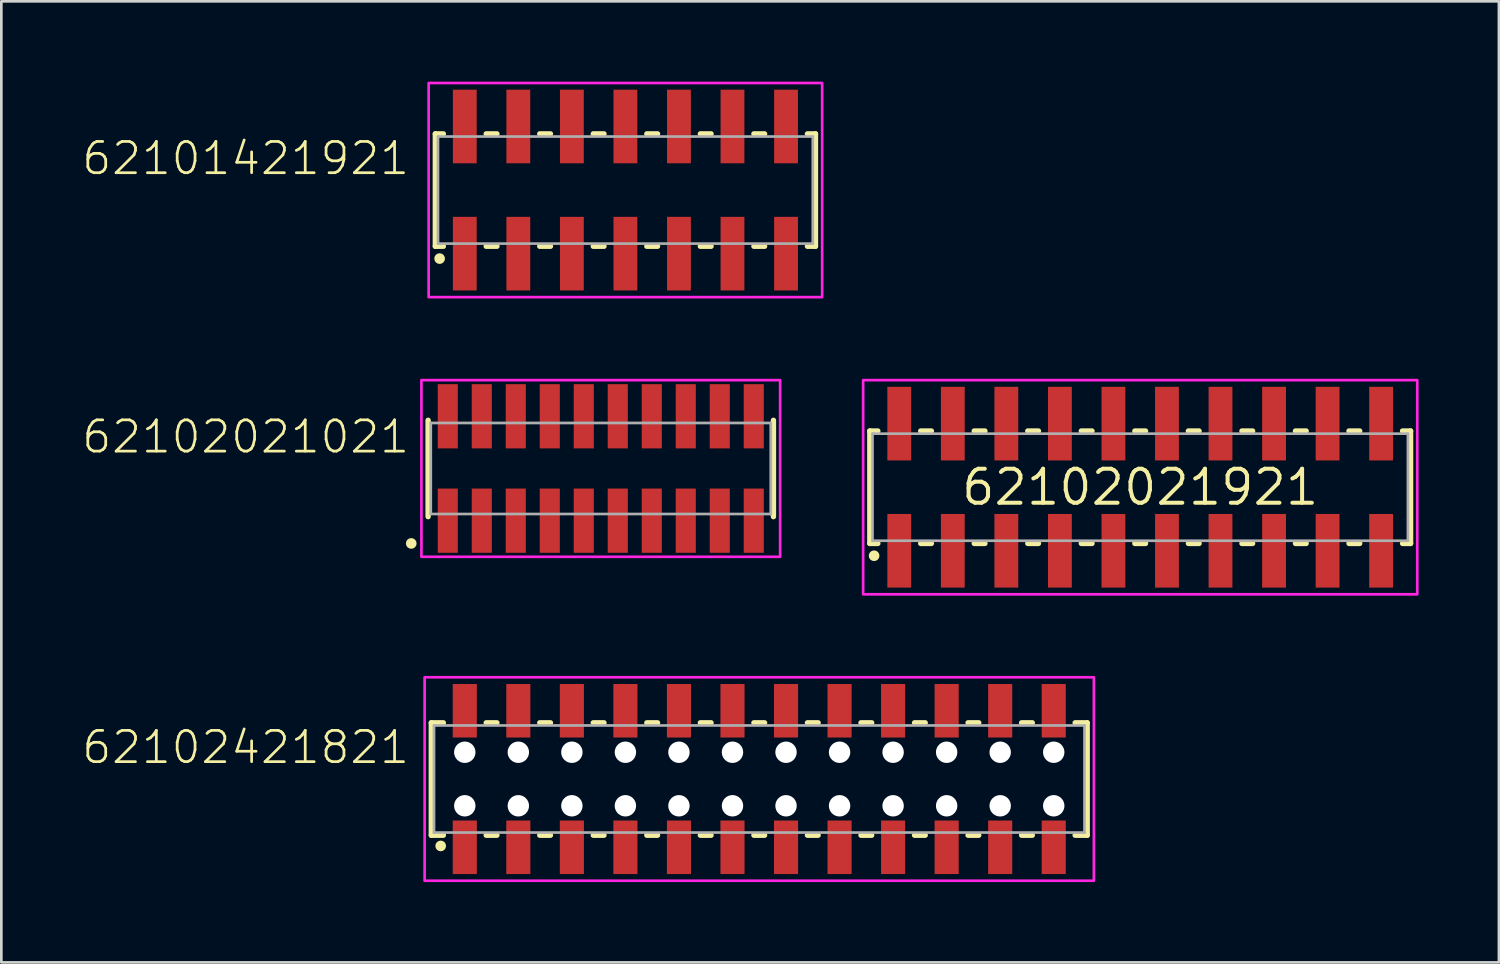
<source format=kicad_pcb>
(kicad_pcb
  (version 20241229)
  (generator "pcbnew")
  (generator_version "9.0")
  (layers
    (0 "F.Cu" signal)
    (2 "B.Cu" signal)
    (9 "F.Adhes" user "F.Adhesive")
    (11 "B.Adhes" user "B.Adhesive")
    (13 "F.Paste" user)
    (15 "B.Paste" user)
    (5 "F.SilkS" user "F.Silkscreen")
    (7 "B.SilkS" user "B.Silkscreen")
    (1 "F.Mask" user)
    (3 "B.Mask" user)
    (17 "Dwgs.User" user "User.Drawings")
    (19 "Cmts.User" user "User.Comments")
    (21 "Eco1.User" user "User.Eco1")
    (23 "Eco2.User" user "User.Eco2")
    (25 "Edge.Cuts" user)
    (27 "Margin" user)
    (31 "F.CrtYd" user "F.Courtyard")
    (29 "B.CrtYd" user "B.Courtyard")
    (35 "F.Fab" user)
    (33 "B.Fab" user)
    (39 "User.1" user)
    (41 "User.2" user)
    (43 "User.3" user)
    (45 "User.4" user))
  (footprint "62102021021"
    (layer "F.Cu")
    (at 19.392 14.45)
    (property "Reference" "62102021021" (at -7.08 -0.5 0) (unlocked yes) (layer "F.SilkS") (effects (font (size 1.168 1.168) (thickness 0.102)) (justify right bottom)))
    (fp_line (start -6.45 -1.8) (end -6.45 1.8) (stroke (width 0.2) (type solid)) (layer "F.SilkS"))
    (fp_line (start 6.45 1.8) (end 6.45 -1.8) (stroke (width 0.2) (type solid)) (layer "F.SilkS"))
    (fp_circle (center -7.08 2.8) (end -6.98 2.8) (stroke (width 0.2) (type solid)) (fill no) (layer "F.SilkS"))
    (fp_poly (pts (xy 6.7 3.3) (xy -6.7 3.3) (xy -6.7 -3.3) (xy 6.7 -3.3)) (stroke (width 0.1) (type default)) (fill no) (layer "F.CrtYd"))
    (fp_line (start -6.35 -1.7) (end -6.35 1.7) (stroke (width 0.1) (type solid)) (layer "F.Fab"))
    (fp_line (start -6.35 1.7) (end 6.35 1.7) (stroke (width 0.1) (type solid)) (layer "F.Fab"))
    (fp_line (start 6.35 -1.7) (end -6.35 -1.7) (stroke (width 0.1) (type solid)) (layer "F.Fab"))
    (fp_line (start 6.35 1.7) (end 6.35 -1.7) (stroke (width 0.1) (type solid)) (layer "F.Fab"))
    (pad "1" smd rect (at -5.715 1.95) (size 0.75 2.4) (layers "F.Cu" "F.Mask" "F.Paste"))
    (pad "2" smd rect (at -5.715 -1.95) (size 0.75 2.4) (layers "F.Cu" "F.Mask" "F.Paste"))
    (pad "3" smd rect (at -4.445 1.95) (size 0.75 2.4) (layers "F.Cu" "F.Mask" "F.Paste"))
    (pad "4" smd rect (at -4.445 -1.95) (size 0.75 2.4) (layers "F.Cu" "F.Mask" "F.Paste"))
    (pad "5" smd rect (at -3.175 1.95) (size 0.75 2.4) (layers "F.Cu" "F.Mask" "F.Paste"))
    (pad "6" smd rect (at -3.175 -1.95) (size 0.75 2.4) (layers "F.Cu" "F.Mask" "F.Paste"))
    (pad "7" smd rect (at -1.905 1.95) (size 0.75 2.4) (layers "F.Cu" "F.Mask" "F.Paste"))
    (pad "8" smd rect (at -1.905 -1.95) (size 0.75 2.4) (layers "F.Cu" "F.Mask" "F.Paste"))
    (pad "9" smd rect (at -0.635 1.95) (size 0.75 2.4) (layers "F.Cu" "F.Mask" "F.Paste"))
    (pad "10" smd rect (at -0.635 -1.95) (size 0.75 2.4) (layers "F.Cu" "F.Mask" "F.Paste"))
    (pad "11" smd rect (at 0.635 1.95) (size 0.75 2.4) (layers "F.Cu" "F.Mask" "F.Paste"))
    (pad "12" smd rect (at 0.635 -1.95) (size 0.75 2.4) (layers "F.Cu" "F.Mask" "F.Paste"))
    (pad "13" smd rect (at 1.905 1.95) (size 0.75 2.4) (layers "F.Cu" "F.Mask" "F.Paste"))
    (pad "14" smd rect (at 1.905 -1.95) (size 0.75 2.4) (layers "F.Cu" "F.Mask" "F.Paste"))
    (pad "15" smd rect (at 3.175 1.95) (size 0.75 2.4) (layers "F.Cu" "F.Mask" "F.Paste"))
    (pad "16" smd rect (at 3.175 -1.95) (size 0.75 2.4) (layers "F.Cu" "F.Mask" "F.Paste"))
    (pad "17" smd rect (at 4.445 1.95) (size 0.75 2.4) (layers "F.Cu" "F.Mask" "F.Paste"))
    (pad "18" smd rect (at 4.445 -1.95) (size 0.75 2.4) (layers "F.Cu" "F.Mask" "F.Paste"))
    (pad "19" smd rect (at 5.715 1.95) (size 0.75 2.4) (layers "F.Cu" "F.Mask" "F.Paste"))
    (pad "20" smd rect (at 5.715 -1.95) (size 0.75 2.4) (layers "F.Cu" "F.Mask" "F.Paste")))
  (footprint "62102421821"
    (layer "F.Cu")
    (at 25.312 26.05)
    (property "Reference" "62102421821" (at -13 -0.5 0) (unlocked yes) (layer "F.SilkS") (effects (font (size 1.168 1.168) (thickness 0.102)) (justify right bottom)))
    (fp_line (start -12.25 -2.1) (end -12.25 2.1) (stroke (width 0.2) (type solid)) (layer "F.SilkS"))
    (fp_line (start -12.25 2.1) (end -11.8 2.1) (stroke (width 0.2) (type solid)) (layer "F.SilkS"))
    (fp_line (start -11.8 -2.1) (end -12.25 -2.1) (stroke (width 0.2) (type solid)) (layer "F.SilkS"))
    (fp_line (start -10.2 -2.1) (end -9.8 -2.1) (stroke (width 0.2) (type solid)) (layer "F.SilkS"))
    (fp_line (start -10.2 2.1) (end -9.8 2.1) (stroke (width 0.2) (type solid)) (layer "F.SilkS"))
    (fp_line (start -8.2 -2.1) (end -7.8 -2.1) (stroke (width 0.2) (type solid)) (layer "F.SilkS"))
    (fp_line (start -8.2 2.1) (end -7.8 2.1) (stroke (width 0.2) (type solid)) (layer "F.SilkS"))
    (fp_line (start -6.2 -2.1) (end -5.8 -2.1) (stroke (width 0.2) (type solid)) (layer "F.SilkS"))
    (fp_line (start -6.2 2.1) (end -5.8 2.1) (stroke (width 0.2) (type solid)) (layer "F.SilkS"))
    (fp_line (start -4.2 -2.1) (end -3.8 -2.1) (stroke (width 0.2) (type solid)) (layer "F.SilkS"))
    (fp_line (start -4.2 2.1) (end -3.8 2.1) (stroke (width 0.2) (type solid)) (layer "F.SilkS"))
    (fp_line (start -2.2 -2.1) (end -1.8 -2.1) (stroke (width 0.2) (type solid)) (layer "F.SilkS"))
    (fp_line (start -2.2 2.1) (end -1.8 2.1) (stroke (width 0.2) (type solid)) (layer "F.SilkS"))
    (fp_line (start -0.2 -2.1) (end 0.2 -2.1) (stroke (width 0.2) (type solid)) (layer "F.SilkS"))
    (fp_line (start -0.2 2.1) (end 0.2 2.1) (stroke (width 0.2) (type solid)) (layer "F.SilkS"))
    (fp_line (start 1.8 -2.1) (end 2.2 -2.1) (stroke (width 0.2) (type solid)) (layer "F.SilkS"))
    (fp_line (start 1.8 2.1) (end 2.2 2.1) (stroke (width 0.2) (type solid)) (layer "F.SilkS"))
    (fp_line (start 3.8 -2.1) (end 4.2 -2.1) (stroke (width 0.2) (type solid)) (layer "F.SilkS"))
    (fp_line (start 3.8 2.1) (end 4.2 2.1) (stroke (width 0.2) (type solid)) (layer "F.SilkS"))
    (fp_line (start 5.8 -2.1) (end 6.2 -2.1) (stroke (width 0.2) (type solid)) (layer "F.SilkS"))
    (fp_line (start 5.8 2.1) (end 6.2 2.1) (stroke (width 0.2) (type solid)) (layer "F.SilkS"))
    (fp_line (start 7.8 -2.1) (end 8.2 -2.1) (stroke (width 0.2) (type solid)) (layer "F.SilkS"))
    (fp_line (start 7.8 2.1) (end 8.2 2.1) (stroke (width 0.2) (type solid)) (layer "F.SilkS"))
    (fp_line (start 9.8 -2.1) (end 10.2 -2.1) (stroke (width 0.2) (type solid)) (layer "F.SilkS"))
    (fp_line (start 9.8 2.1) (end 10.2 2.1) (stroke (width 0.2) (type solid)) (layer "F.SilkS"))
    (fp_line (start 11.8 -2.1) (end 12.25 -2.1) (stroke (width 0.2) (type solid)) (layer "F.SilkS"))
    (fp_line (start 11.8 2.1) (end 12.25 2.1) (stroke (width 0.2) (type solid)) (layer "F.SilkS"))
    (fp_line (start 12.25 -2.1) (end 12.25 2.1) (stroke (width 0.2) (type solid)) (layer "F.SilkS"))
    (fp_circle (center -11.9 2.5) (end -11.8 2.5) (stroke (width 0.2) (type solid)) (fill no) (layer "F.SilkS"))
    (fp_poly (pts (xy 12.5 3.8) (xy -12.5 3.8) (xy -12.5 -3.8) (xy 12.5 -3.8)) (stroke (width 0.1) (type default)) (fill no) (layer "F.CrtYd"))
    (fp_line (start -12.15 -2) (end 12.15 -2) (stroke (width 0.1) (type solid)) (layer "F.Fab"))
    (fp_line (start -12.15 2) (end -12.15 -2) (stroke (width 0.1) (type solid)) (layer "F.Fab"))
    (fp_line (start 12.15 -2) (end 12.15 2) (stroke (width 0.1) (type solid)) (layer "F.Fab"))
    (fp_line (start 12.15 2) (end -12.15 2) (stroke (width 0.1) (type solid)) (layer "F.Fab"))
    (pad "" np_thru_hole circle (at -11 -1) (size 0.8 0.8) (drill 0.8) (layers "*.Cu" "*.Mask"))
    (pad "" np_thru_hole circle (at -11 1) (size 0.8 0.8) (drill 0.8) (layers "*.Cu" "*.Mask"))
    (pad "" np_thru_hole circle (at -9 -1) (size 0.8 0.8) (drill 0.8) (layers "*.Cu" "*.Mask"))
    (pad "" np_thru_hole circle (at -9 1) (size 0.8 0.8) (drill 0.8) (layers "*.Cu" "*.Mask"))
    (pad "" np_thru_hole circle (at -7 -1) (size 0.8 0.8) (drill 0.8) (layers "*.Cu" "*.Mask"))
    (pad "" np_thru_hole circle (at -7 1) (size 0.8 0.8) (drill 0.8) (layers "*.Cu" "*.Mask"))
    (pad "" np_thru_hole circle (at -5 -1) (size 0.8 0.8) (drill 0.8) (layers "*.Cu" "*.Mask"))
    (pad "" np_thru_hole circle (at -5 1) (size 0.8 0.8) (drill 0.8) (layers "*.Cu" "*.Mask"))
    (pad "" np_thru_hole circle (at -3 -1) (size 0.8 0.8) (drill 0.8) (layers "*.Cu" "*.Mask"))
    (pad "" np_thru_hole circle (at -3 1) (size 0.8 0.8) (drill 0.8) (layers "*.Cu" "*.Mask"))
    (pad "" np_thru_hole circle (at -1 -1) (size 0.8 0.8) (drill 0.8) (layers "*.Cu" "*.Mask"))
    (pad "" np_thru_hole circle (at -1 1) (size 0.8 0.8) (drill 0.8) (layers "*.Cu" "*.Mask"))
    (pad "" np_thru_hole circle (at 1 -1) (size 0.8 0.8) (drill 0.8) (layers "*.Cu" "*.Mask"))
    (pad "" np_thru_hole circle (at 1 1) (size 0.8 0.8) (drill 0.8) (layers "*.Cu" "*.Mask"))
    (pad "" np_thru_hole circle (at 3 -1) (size 0.8 0.8) (drill 0.8) (layers "*.Cu" "*.Mask"))
    (pad "" np_thru_hole circle (at 3 1) (size 0.8 0.8) (drill 0.8) (layers "*.Cu" "*.Mask"))
    (pad "" np_thru_hole circle (at 5 -1) (size 0.8 0.8) (drill 0.8) (layers "*.Cu" "*.Mask"))
    (pad "" np_thru_hole circle (at 5 1) (size 0.8 0.8) (drill 0.8) (layers "*.Cu" "*.Mask"))
    (pad "" np_thru_hole circle (at 7 -1) (size 0.8 0.8) (drill 0.8) (layers "*.Cu" "*.Mask"))
    (pad "" np_thru_hole circle (at 7 1) (size 0.8 0.8) (drill 0.8) (layers "*.Cu" "*.Mask"))
    (pad "" np_thru_hole circle (at 9 -1) (size 0.8 0.8) (drill 0.8) (layers "*.Cu" "*.Mask"))
    (pad "" np_thru_hole circle (at 9 1) (size 0.8 0.8) (drill 0.8) (layers "*.Cu" "*.Mask"))
    (pad "" np_thru_hole circle (at 11 -1) (size 0.8 0.8) (drill 0.8) (layers "*.Cu" "*.Mask"))
    (pad "" np_thru_hole circle (at 11 1) (size 0.8 0.8) (drill 0.8) (layers "*.Cu" "*.Mask"))
    (pad "1" smd rect (at -11 2.55) (size 0.9 2) (layers "F.Cu" "F.Mask" "F.Paste"))
    (pad "2" smd rect (at -11 -2.55) (size 0.9 2) (layers "F.Cu" "F.Mask" "F.Paste"))
    (pad "3" smd rect (at -9 2.55) (size 0.9 2) (layers "F.Cu" "F.Mask" "F.Paste"))
    (pad "4" smd rect (at -9 -2.55) (size 0.9 2) (layers "F.Cu" "F.Mask" "F.Paste"))
    (pad "5" smd rect (at -7 2.55) (size 0.9 2) (layers "F.Cu" "F.Mask" "F.Paste"))
    (pad "6" smd rect (at -7 -2.55) (size 0.9 2) (layers "F.Cu" "F.Mask" "F.Paste"))
    (pad "7" smd rect (at -5 2.55) (size 0.9 2) (layers "F.Cu" "F.Mask" "F.Paste"))
    (pad "8" smd rect (at -5 -2.55) (size 0.9 2) (layers "F.Cu" "F.Mask" "F.Paste"))
    (pad "9" smd rect (at -3 2.55) (size 0.9 2) (layers "F.Cu" "F.Mask" "F.Paste"))
    (pad "10" smd rect (at -3 -2.55) (size 0.9 2) (layers "F.Cu" "F.Mask" "F.Paste"))
    (pad "11" smd rect (at -1 2.55) (size 0.9 2) (layers "F.Cu" "F.Mask" "F.Paste"))
    (pad "12" smd rect (at -1 -2.55) (size 0.9 2) (layers "F.Cu" "F.Mask" "F.Paste"))
    (pad "13" smd rect (at 1 2.55) (size 0.9 2) (layers "F.Cu" "F.Mask" "F.Paste"))
    (pad "14" smd rect (at 1 -2.55) (size 0.9 2) (layers "F.Cu" "F.Mask" "F.Paste"))
    (pad "15" smd rect (at 3 2.55) (size 0.9 2) (layers "F.Cu" "F.Mask" "F.Paste"))
    (pad "16" smd rect (at 3 -2.55) (size 0.9 2) (layers "F.Cu" "F.Mask" "F.Paste"))
    (pad "17" smd rect (at 5 2.55) (size 0.9 2) (layers "F.Cu" "F.Mask" "F.Paste"))
    (pad "18" smd rect (at 5 -2.55) (size 0.9 2) (layers "F.Cu" "F.Mask" "F.Paste"))
    (pad "19" smd rect (at 7 2.55) (size 0.9 2) (layers "F.Cu" "F.Mask" "F.Paste"))
    (pad "20" smd rect (at 7 -2.55) (size 0.9 2) (layers "F.Cu" "F.Mask" "F.Paste"))
    (pad "21" smd rect (at 9 2.55) (size 0.9 2) (layers "F.Cu" "F.Mask" "F.Paste"))
    (pad "22" smd rect (at 9 -2.55) (size 0.9 2) (layers "F.Cu" "F.Mask" "F.Paste"))
    (pad "23" smd rect (at 11 2.55) (size 0.9 2) (layers "F.Cu" "F.Mask" "F.Paste"))
    (pad "24" smd rect (at 11 -2.55) (size 0.9 2) (layers "F.Cu" "F.Mask" "F.Paste")))
  (footprint "62102021921"
    (layer "F.Cu")
    (at 39.542 15.15)
    (property "Reference" "62102021921" (at 0 0 0) (layer "F.SilkS") (effects (font (size 1.27 1.27) (thickness 0.15))))
    (fp_line (start -10.1 -2.1) (end -10.1 2.1) (stroke (width 0.2) (type solid)) (layer "F.SilkS"))
    (fp_line (start -10.1 2.1) (end -9.8 2.1) (stroke (width 0.2) (type solid)) (layer "F.SilkS"))
    (fp_line (start -9.8 -2.1) (end -10.1 -2.1) (stroke (width 0.2) (type solid)) (layer "F.SilkS"))
    (fp_line (start -8.2 -2.1) (end -7.8 -2.1) (stroke (width 0.2) (type solid)) (layer "F.SilkS"))
    (fp_line (start -7.8 2.1) (end -8.2 2.1) (stroke (width 0.2) (type solid)) (layer "F.SilkS"))
    (fp_line (start -6.2 -2.1) (end -5.8 -2.1) (stroke (width 0.2) (type solid)) (layer "F.SilkS"))
    (fp_line (start -5.8 2.1) (end -6.2 2.1) (stroke (width 0.2) (type solid)) (layer "F.SilkS"))
    (fp_line (start -4.2 -2.1) (end -3.8 -2.1) (stroke (width 0.2) (type solid)) (layer "F.SilkS"))
    (fp_line (start -3.8 2.1) (end -4.2 2.1) (stroke (width 0.2) (type solid)) (layer "F.SilkS"))
    (fp_line (start -2.2 -2.1) (end -1.8 -2.1) (stroke (width 0.2) (type solid)) (layer "F.SilkS"))
    (fp_line (start -1.8 2.1) (end -2.2 2.1) (stroke (width 0.2) (type solid)) (layer "F.SilkS"))
    (fp_line (start -0.2 -2.1) (end 0.2 -2.1) (stroke (width 0.2) (type solid)) (layer "F.SilkS"))
    (fp_line (start 0.2 2.1) (end -0.2 2.1) (stroke (width 0.2) (type solid)) (layer "F.SilkS"))
    (fp_line (start 1.8 -2.1) (end 2.2 -2.1) (stroke (width 0.2) (type solid)) (layer "F.SilkS"))
    (fp_line (start 2.2 2.1) (end 1.8 2.1) (stroke (width 0.2) (type solid)) (layer "F.SilkS"))
    (fp_line (start 3.8 -2.1) (end 4.2 -2.1) (stroke (width 0.2) (type solid)) (layer "F.SilkS"))
    (fp_line (start 4.2 2.1) (end 3.8 2.1) (stroke (width 0.2) (type solid)) (layer "F.SilkS"))
    (fp_line (start 5.8 -2.1) (end 6.2 -2.1) (stroke (width 0.2) (type solid)) (layer "F.SilkS"))
    (fp_line (start 6.2 2.1) (end 5.8 2.1) (stroke (width 0.2) (type solid)) (layer "F.SilkS"))
    (fp_line (start 7.8 -2.1) (end 8.2 -2.1) (stroke (width 0.2) (type solid)) (layer "F.SilkS"))
    (fp_line (start 8.2 2.1) (end 7.8 2.1) (stroke (width 0.2) (type solid)) (layer "F.SilkS"))
    (fp_line (start 9.8 -2.1) (end 10.1 -2.1) (stroke (width 0.2) (type solid)) (layer "F.SilkS"))
    (fp_line (start 10.1 -2.1) (end 10.1 2.1) (stroke (width 0.2) (type solid)) (layer "F.SilkS"))
    (fp_line (start 10.1 2.1) (end 9.8 2.1) (stroke (width 0.2) (type solid)) (layer "F.SilkS"))
    (fp_circle (center -9.94 2.56) (end -9.84 2.56) (stroke (width 0.2) (type solid)) (fill no) (layer "F.SilkS"))
    (fp_poly (pts (xy 10.35 4) (xy -10.35 4) (xy -10.35 -4) (xy 10.35 -4)) (stroke (width 0.1) (type default)) (fill no) (layer "F.CrtYd"))
    (fp_line (start -10 -2) (end 10 -2) (stroke (width 0.1) (type solid)) (layer "F.Fab"))
    (fp_line (start -10 2) (end -10 -2) (stroke (width 0.1) (type solid)) (layer "F.Fab"))
    (fp_line (start 10 -2) (end 10 2) (stroke (width 0.1) (type solid)) (layer "F.Fab"))
    (fp_line (start 10 2) (end -10 2) (stroke (width 0.1) (type solid)) (layer "F.Fab"))
    (pad "1" smd rect (at -9 2.375) (size 0.89 2.75) (layers "F.Cu" "F.Mask" "F.Paste"))
    (pad "2" smd rect (at -9 -2.375) (size 0.89 2.75) (layers "F.Cu" "F.Mask" "F.Paste"))
    (pad "3" smd rect (at -7 2.375) (size 0.89 2.75) (layers "F.Cu" "F.Mask" "F.Paste"))
    (pad "4" smd rect (at -7 -2.375) (size 0.89 2.75) (layers "F.Cu" "F.Mask" "F.Paste"))
    (pad "5" smd rect (at -5 2.375) (size 0.89 2.75) (layers "F.Cu" "F.Mask" "F.Paste"))
    (pad "6" smd rect (at -5 -2.375) (size 0.89 2.75) (layers "F.Cu" "F.Mask" "F.Paste"))
    (pad "7" smd rect (at -3 2.375) (size 0.89 2.75) (layers "F.Cu" "F.Mask" "F.Paste"))
    (pad "8" smd rect (at -3 -2.375) (size 0.89 2.75) (layers "F.Cu" "F.Mask" "F.Paste"))
    (pad "9" smd rect (at -1 2.375) (size 0.89 2.75) (layers "F.Cu" "F.Mask" "F.Paste"))
    (pad "10" smd rect (at -1 -2.375) (size 0.89 2.75) (layers "F.Cu" "F.Mask" "F.Paste"))
    (pad "11" smd rect (at 1 2.375) (size 0.89 2.75) (layers "F.Cu" "F.Mask" "F.Paste"))
    (pad "12" smd rect (at 1 -2.375) (size 0.89 2.75) (layers "F.Cu" "F.Mask" "F.Paste"))
    (pad "13" smd rect (at 3 2.375) (size 0.89 2.75) (layers "F.Cu" "F.Mask" "F.Paste"))
    (pad "14" smd rect (at 3 -2.375) (size 0.89 2.75) (layers "F.Cu" "F.Mask" "F.Paste"))
    (pad "15" smd rect (at 5 2.375) (size 0.89 2.75) (layers "F.Cu" "F.Mask" "F.Paste"))
    (pad "16" smd rect (at 5 -2.375) (size 0.89 2.75) (layers "F.Cu" "F.Mask" "F.Paste"))
    (pad "17" smd rect (at 7 2.375) (size 0.89 2.75) (layers "F.Cu" "F.Mask" "F.Paste"))
    (pad "18" smd rect (at 7 -2.375) (size 0.89 2.75) (layers "F.Cu" "F.Mask" "F.Paste"))
    (pad "19" smd rect (at 9 2.375) (size 0.89 2.75) (layers "F.Cu" "F.Mask" "F.Paste"))
    (pad "20" smd rect (at 9 -2.375) (size 0.89 2.75) (layers "F.Cu" "F.Mask" "F.Paste")))
  (footprint "62101421921"
    (layer "F.Cu")
    (at 20.312 4.05)
    (property "Reference" "62101421921" (at -8 -0.5 0) (unlocked yes) (layer "F.SilkS") (effects (font (size 1.168 1.168) (thickness 0.102)) (justify right bottom)))
    (fp_line (start -7.1 -2.1) (end -7.1 2.1) (stroke (width 0.2) (type solid)) (layer "F.SilkS"))
    (fp_line (start -7.1 2.1) (end -6.8 2.1) (stroke (width 0.2) (type solid)) (layer "F.SilkS"))
    (fp_line (start -6.8 -2.1) (end -7.1 -2.1) (stroke (width 0.2) (type solid)) (layer "F.SilkS"))
    (fp_line (start -5.2 -2.1) (end -4.8 -2.1) (stroke (width 0.2) (type solid)) (layer "F.SilkS"))
    (fp_line (start -4.8 2.1) (end -5.2 2.1) (stroke (width 0.2) (type solid)) (layer "F.SilkS"))
    (fp_line (start -3.2 -2.1) (end -2.8 -2.1) (stroke (width 0.2) (type solid)) (layer "F.SilkS"))
    (fp_line (start -2.8 2.1) (end -3.2 2.1) (stroke (width 0.2) (type solid)) (layer "F.SilkS"))
    (fp_line (start -1.2 -2.1) (end -0.8 -2.1) (stroke (width 0.2) (type solid)) (layer "F.SilkS"))
    (fp_line (start -0.8 2.1) (end -1.2 2.1) (stroke (width 0.2) (type solid)) (layer "F.SilkS"))
    (fp_line (start 0.8 -2.1) (end 1.2 -2.1) (stroke (width 0.2) (type solid)) (layer "F.SilkS"))
    (fp_line (start 1.2 2.1) (end 0.8 2.1) (stroke (width 0.2) (type solid)) (layer "F.SilkS"))
    (fp_line (start 2.8 -2.1) (end 3.2 -2.1) (stroke (width 0.2) (type solid)) (layer "F.SilkS"))
    (fp_line (start 3.2 2.1) (end 2.8 2.1) (stroke (width 0.2) (type solid)) (layer "F.SilkS"))
    (fp_line (start 4.8 -2.1) (end 5.2 -2.1) (stroke (width 0.2) (type solid)) (layer "F.SilkS"))
    (fp_line (start 5.2 2.1) (end 4.8 2.1) (stroke (width 0.2) (type solid)) (layer "F.SilkS"))
    (fp_line (start 6.8 -2.1) (end 7.1 -2.1) (stroke (width 0.2) (type solid)) (layer "F.SilkS"))
    (fp_line (start 7.1 -2.1) (end 7.1 2.1) (stroke (width 0.2) (type solid)) (layer "F.SilkS"))
    (fp_line (start 7.1 2.1) (end 6.8 2.1) (stroke (width 0.2) (type solid)) (layer "F.SilkS"))
    (fp_circle (center -6.94 2.56) (end -6.84 2.56) (stroke (width 0.2) (type solid)) (fill no) (layer "F.SilkS"))
    (fp_poly (pts (xy 7.35 4) (xy -7.35 4) (xy -7.35 -4) (xy 7.35 -4)) (stroke (width 0.1) (type default)) (fill no) (layer "F.CrtYd"))
    (fp_line (start -7 -2) (end 7 -2) (stroke (width 0.1) (type solid)) (layer "F.Fab"))
    (fp_line (start -7 2) (end -7 -2) (stroke (width 0.1) (type solid)) (layer "F.Fab"))
    (fp_line (start 7 -2) (end 7 2) (stroke (width 0.1) (type solid)) (layer "F.Fab"))
    (fp_line (start 7 2) (end -7 2) (stroke (width 0.1) (type solid)) (layer "F.Fab"))
    (pad "1" smd rect (at -6 2.375) (size 0.89 2.75) (layers "F.Cu" "F.Mask" "F.Paste"))
    (pad "2" smd rect (at -6 -2.375) (size 0.89 2.75) (layers "F.Cu" "F.Mask" "F.Paste"))
    (pad "3" smd rect (at -4 2.375) (size 0.89 2.75) (layers "F.Cu" "F.Mask" "F.Paste"))
    (pad "4" smd rect (at -4 -2.375) (size 0.89 2.75) (layers "F.Cu" "F.Mask" "F.Paste"))
    (pad "5" smd rect (at -2 2.375) (size 0.89 2.75) (layers "F.Cu" "F.Mask" "F.Paste"))
    (pad "6" smd rect (at -2 -2.375) (size 0.89 2.75) (layers "F.Cu" "F.Mask" "F.Paste"))
    (pad "7" smd rect (at 0 2.375) (size 0.89 2.75) (layers "F.Cu" "F.Mask" "F.Paste"))
    (pad "8" smd rect (at 0 -2.375) (size 0.89 2.75) (layers "F.Cu" "F.Mask" "F.Paste"))
    (pad "9" smd rect (at 2 2.375) (size 0.89 2.75) (layers "F.Cu" "F.Mask" "F.Paste"))
    (pad "10" smd rect (at 2 -2.375) (size 0.89 2.75) (layers "F.Cu" "F.Mask" "F.Paste"))
    (pad "11" smd rect (at 4 2.375) (size 0.89 2.75) (layers "F.Cu" "F.Mask" "F.Paste"))
    (pad "12" smd rect (at 4 -2.375) (size 0.89 2.75) (layers "F.Cu" "F.Mask" "F.Paste"))
    (pad "13" smd rect (at 6 2.375) (size 0.89 2.75) (layers "F.Cu" "F.Mask" "F.Paste"))
    (pad "14" smd rect (at 6 -2.375) (size 0.89 2.75) (layers "F.Cu" "F.Mask" "F.Paste")))
  (gr_rect
    (start -3 -3)
    (end 52.942 32.9)
    (stroke (width 0.1) (type default))
    (fill no)
    (layer "Edge.Cuts")))
</source>
